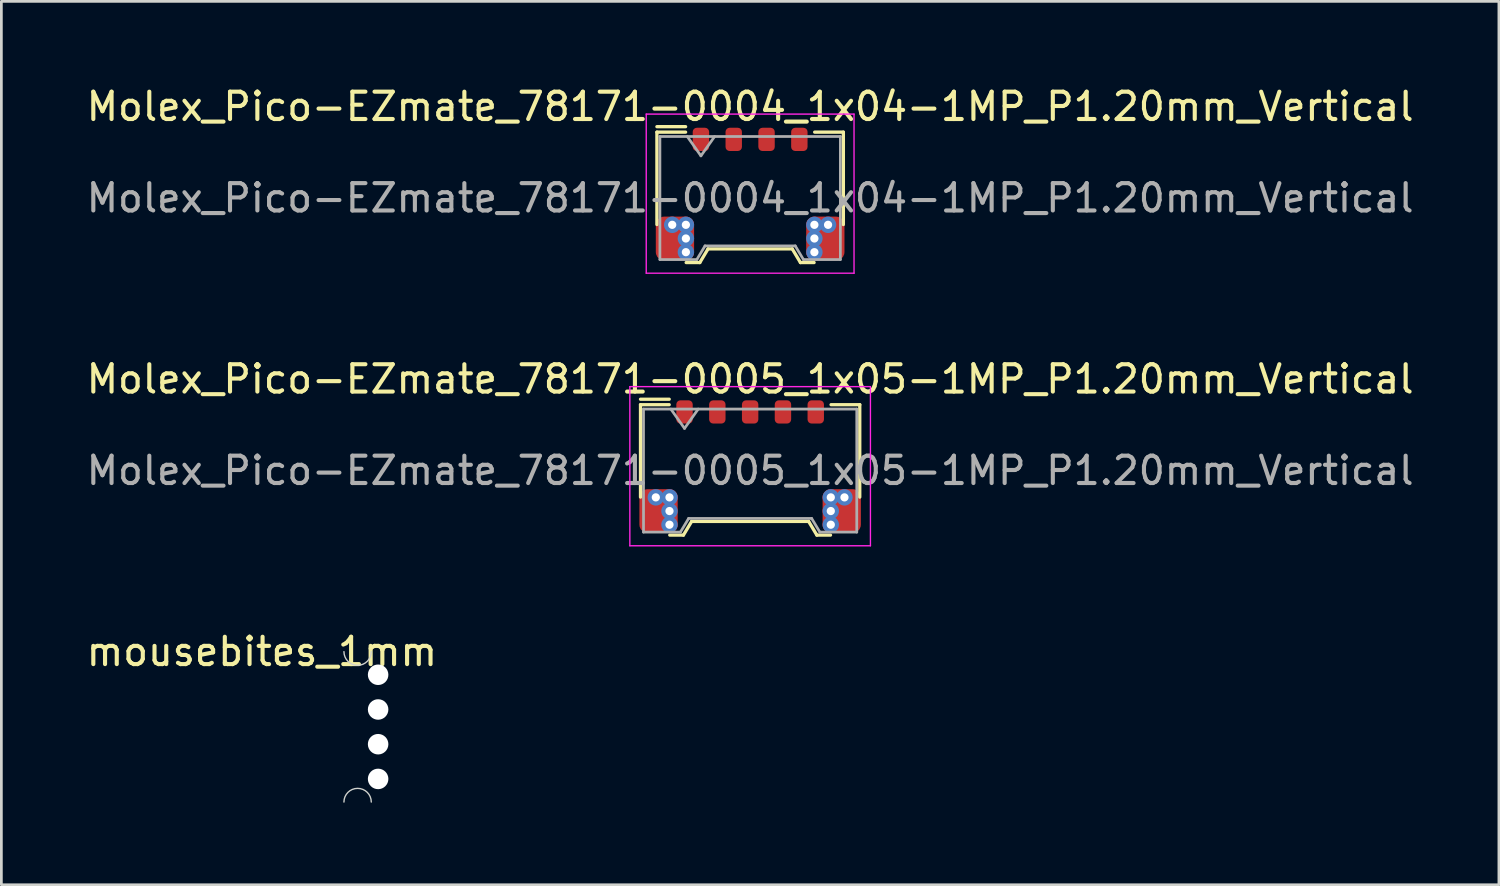
<source format=kicad_pcb>
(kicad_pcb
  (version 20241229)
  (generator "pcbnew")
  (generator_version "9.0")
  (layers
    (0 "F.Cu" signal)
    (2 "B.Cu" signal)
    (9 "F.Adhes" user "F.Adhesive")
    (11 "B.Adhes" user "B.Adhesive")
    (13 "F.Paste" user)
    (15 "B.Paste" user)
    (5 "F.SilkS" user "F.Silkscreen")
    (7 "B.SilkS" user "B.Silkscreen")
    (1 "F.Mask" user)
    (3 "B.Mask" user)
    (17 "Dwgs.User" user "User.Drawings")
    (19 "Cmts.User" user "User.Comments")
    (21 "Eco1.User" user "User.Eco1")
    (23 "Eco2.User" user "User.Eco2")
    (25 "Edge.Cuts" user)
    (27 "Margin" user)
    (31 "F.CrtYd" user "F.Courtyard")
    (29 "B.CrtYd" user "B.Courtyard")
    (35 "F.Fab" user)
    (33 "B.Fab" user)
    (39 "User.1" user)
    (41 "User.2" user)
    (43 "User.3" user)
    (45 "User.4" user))
  (footprint "mousebites_1mm"
    (layer "F.Cu")
    (at 10.53 23.535)
    (property "Reference" "mousebites_1mm" (at -4 -2.75 0) (layer "F.SilkS") (effects (font (size 1 1) (thickness 0.15))))
    (attr exclude_from_pos_files exclude_from_bom)
    (fp_arc (start -1 2.75) (mid -0.5 2.25) (end 0 2.75) (stroke (width 0.05) (type solid)) (layer "Edge.Cuts"))
    (fp_arc (start 0 -2.75) (mid -0.5 -2.25) (end -1 -2.75) (stroke (width 0.05) (type solid)) (layer "Edge.Cuts"))
    (pad "" np_thru_hole circle (at 0.25 -1.905) (size 0.75 0.75) (drill 0.75) (layers "*.Cu" "*.Mask"))
    (pad "" np_thru_hole circle (at 0.25 -0.635) (size 0.75 0.75) (drill 0.75) (layers "*.Cu" "*.Mask"))
    (pad "" np_thru_hole circle (at 0.25 0.635) (size 0.75 0.75) (drill 0.75) (layers "*.Cu" "*.Mask"))
    (pad "" np_thru_hole circle (at 0.25 1.905) (size 0.75 0.75) (drill 0.75) (layers "*.Cu" "*.Mask")))
  (footprint "Molex_Pico-EZmate_78171-0004_1x04-1MP_P1.20mm_Vertical"
    (layer "F.Cu")
    (at 24.387 3.923)
    (property "Reference" "Molex_Pico-EZmate_78171-0004_1x04-1MP_P1.20mm_Vertical" (at 0 -3.075 0) (layer "F.SilkS") (effects (font (size 1 1) (thickness 0.15))))
    (attr smd)
    (fp_line (start -3.41 -2.14) (end -2.36 -2.14) (stroke (width 0.12) (type solid)) (layer "F.SilkS"))
    (fp_line (start -3.41 1.24) (end -3.41 -2.14) (stroke (width 0.12) (type solid)) (layer "F.SilkS"))
    (fp_line (start -2.36 -2.34) (end -3.41 -2.34) (stroke (width 0.12) (type default)) (layer "F.SilkS"))
    (fp_line (start -2.34 2.63) (end -1.84 2.63) (stroke (width 0.12) (type solid)) (layer "F.SilkS"))
    (fp_line (start -1.84 2.63) (end -1.54 2.13) (stroke (width 0.12) (type solid)) (layer "F.SilkS"))
    (fp_line (start -1.54 2.13) (end 1.54 2.13) (stroke (width 0.12) (type solid)) (layer "F.SilkS"))
    (fp_line (start 1.54 2.13) (end 1.84 2.63) (stroke (width 0.12) (type solid)) (layer "F.SilkS"))
    (fp_line (start 1.84 2.63) (end 2.34 2.63) (stroke (width 0.12) (type solid)) (layer "F.SilkS"))
    (fp_line (start 3.41 -2.14) (end 2.36 -2.14) (stroke (width 0.12) (type solid)) (layer "F.SilkS"))
    (fp_line (start 3.41 1.24) (end 3.41 -2.14) (stroke (width 0.12) (type solid)) (layer "F.SilkS"))
    (fp_line (start -3.8 -2.8) (end -3.8 3.02) (stroke (width 0.05) (type solid)) (layer "F.CrtYd"))
    (fp_line (start -3.8 3.02) (end 3.8 3.02) (stroke (width 0.05) (type solid)) (layer "F.CrtYd"))
    (fp_line (start 3.8 -2.8) (end -3.8 -2.8) (stroke (width 0.05) (type solid)) (layer "F.CrtYd"))
    (fp_line (start 3.8 3.02) (end 3.8 -2.8) (stroke (width 0.05) (type solid)) (layer "F.CrtYd"))
    (fp_line (start -3.3 -1.98) (end -3.3 2.52) (stroke (width 0.1) (type solid)) (layer "F.Fab"))
    (fp_line (start -3.3 -1.98) (end 3.3 -1.98) (stroke (width 0.1) (type solid)) (layer "F.Fab"))
    (fp_line (start -3.3 2.52) (end -1.95 2.52) (stroke (width 0.1) (type solid)) (layer "F.Fab"))
    (fp_line (start -2.3 -1.98) (end -1.8 -1.273) (stroke (width 0.1) (type solid)) (layer "F.Fab"))
    (fp_line (start -1.95 2.52) (end -1.65 2.02) (stroke (width 0.1) (type solid)) (layer "F.Fab"))
    (fp_line (start -1.8 -1.273) (end -1.3 -1.98) (stroke (width 0.1) (type solid)) (layer "F.Fab"))
    (fp_line (start -1.65 2.02) (end 1.65 2.02) (stroke (width 0.1) (type solid)) (layer "F.Fab"))
    (fp_line (start 1.65 2.02) (end 1.95 2.52) (stroke (width 0.1) (type solid)) (layer "F.Fab"))
    (fp_line (start 1.95 2.52) (end 3.3 2.52) (stroke (width 0.1) (type solid)) (layer "F.Fab"))
    (fp_line (start 3.3 -1.98) (end 3.3 2.52) (stroke (width 0.1) (type solid)) (layer "F.Fab"))
    (fp_text user "${REFERENCE}" (at 0 0.27 0) (layer "F.Fab") (effects (font (size 1 1) (thickness 0.15))))
    (pad "1" smd roundrect (at -1.8 -1.875) (size 0.6 0.85) (layers "F.Cu" "F.Mask" "F.Paste") (roundrect_rratio 0.25))
    (pad "2" smd roundrect (at -0.6 -1.875) (size 0.6 0.85) (layers "F.Cu" "F.Mask" "F.Paste") (roundrect_rratio 0.25))
    (pad "3" smd roundrect (at 0.6 -1.875) (size 0.6 0.85) (layers "F.Cu" "F.Mask" "F.Paste") (roundrect_rratio 0.25))
    (pad "4" smd roundrect (at 1.8 -1.875) (size 0.6 0.85) (layers "F.Cu" "F.Mask" "F.Paste") (roundrect_rratio 0.25))
    (pad "MP" smd roundrect (at -2.95 1.9) (size 0.7 0.8) (layers "F.Cu" "F.Mask" "F.Paste") (roundrect_rratio 0.25))
    (pad "MP" thru_hole circle (at -2.85 1.25) (size 0.6 0.6) (drill 0.3) (layers "*.Cu"))
    (pad "MP" thru_hole circle (at -2.35 1.25) (size 0.6 0.6) (drill 0.3) (layers "*.Cu"))
    (pad "MP" thru_hole circle (at -2.35 1.75) (size 0.6 0.6) (drill 0.3) (layers "*.Cu"))
    (pad "MP" thru_hole circle (at -2.35 2.25) (size 0.6 0.6) (drill 0.3) (layers "*.Cu"))
    (pad "MP" thru_hole circle (at 2.35 1.25) (size 0.6 0.6) (drill 0.3) (layers "*.Cu"))
    (pad "MP" thru_hole circle (at 2.35 1.75) (size 0.6 0.6) (drill 0.3) (layers "*.Cu"))
    (pad "MP" thru_hole circle (at 2.35 2.25) (size 0.6 0.6) (drill 0.3) (layers "*.Cu"))
    (pad "MP" thru_hole circle (at 2.85 1.25) (size 0.6 0.6) (drill 0.3) (layers "*.Cu"))
    (pad "MP" smd roundrect (at 2.95 1.9) (size 0.7 0.8) (layers "F.Cu" "F.Mask" "F.Paste") (roundrect_rratio 0.25))
    (pad "MP0" smd roundrect (at -2.75 1.75) (size 1.4 1.6) (layers "F.Cu") (roundrect_rratio 0.214))
    (pad "MP0" smd roundrect (at 2.75 1.75) (size 1.4 1.6) (layers "F.Cu") (roundrect_rratio 0.214)))
  (footprint "Molex_Pico-EZmate_78171-0005_1x05-1MP_P1.20mm_Vertical"
    (layer "F.Cu")
    (at 24.387 13.892)
    (property "Reference" "Molex_Pico-EZmate_78171-0005_1x05-1MP_P1.20mm_Vertical" (at 0 -3.075 0) (layer "F.SilkS") (effects (font (size 1 1) (thickness 0.15))))
    (attr smd)
    (fp_line (start -4.01 -2.14) (end -2.96 -2.14) (stroke (width 0.12) (type solid)) (layer "F.SilkS"))
    (fp_line (start -4.01 1.24) (end -4.01 -2.14) (stroke (width 0.12) (type solid)) (layer "F.SilkS"))
    (fp_line (start -2.96 -2.34) (end -4.01 -2.34) (stroke (width 0.12) (type default)) (layer "F.SilkS"))
    (fp_line (start -2.94 2.63) (end -2.44 2.63) (stroke (width 0.12) (type solid)) (layer "F.SilkS"))
    (fp_line (start -2.44 2.63) (end -2.14 2.13) (stroke (width 0.12) (type solid)) (layer "F.SilkS"))
    (fp_line (start -2.14 2.13) (end 2.14 2.13) (stroke (width 0.12) (type solid)) (layer "F.SilkS"))
    (fp_line (start 2.14 2.13) (end 2.44 2.63) (stroke (width 0.12) (type solid)) (layer "F.SilkS"))
    (fp_line (start 2.44 2.63) (end 2.94 2.63) (stroke (width 0.12) (type solid)) (layer "F.SilkS"))
    (fp_line (start 4.01 -2.14) (end 2.96 -2.14) (stroke (width 0.12) (type solid)) (layer "F.SilkS"))
    (fp_line (start 4.01 1.24) (end 4.01 -2.14) (stroke (width 0.12) (type solid)) (layer "F.SilkS"))
    (fp_line (start -4.4 -2.8) (end -4.4 3.02) (stroke (width 0.05) (type solid)) (layer "F.CrtYd"))
    (fp_line (start -4.4 3.02) (end 4.4 3.02) (stroke (width 0.05) (type solid)) (layer "F.CrtYd"))
    (fp_line (start 4.4 -2.8) (end -4.4 -2.8) (stroke (width 0.05) (type solid)) (layer "F.CrtYd"))
    (fp_line (start 4.4 3.02) (end 4.4 -2.8) (stroke (width 0.05) (type solid)) (layer "F.CrtYd"))
    (fp_line (start -3.9 -1.98) (end -3.9 2.52) (stroke (width 0.1) (type solid)) (layer "F.Fab"))
    (fp_line (start -3.9 -1.98) (end 3.9 -1.98) (stroke (width 0.1) (type solid)) (layer "F.Fab"))
    (fp_line (start -3.9 2.52) (end -2.55 2.52) (stroke (width 0.1) (type solid)) (layer "F.Fab"))
    (fp_line (start -2.9 -1.98) (end -2.4 -1.273) (stroke (width 0.1) (type solid)) (layer "F.Fab"))
    (fp_line (start -2.55 2.52) (end -2.25 2.02) (stroke (width 0.1) (type solid)) (layer "F.Fab"))
    (fp_line (start -2.4 -1.273) (end -1.9 -1.98) (stroke (width 0.1) (type solid)) (layer "F.Fab"))
    (fp_line (start -2.25 2.02) (end 2.25 2.02) (stroke (width 0.1) (type solid)) (layer "F.Fab"))
    (fp_line (start 2.25 2.02) (end 2.55 2.52) (stroke (width 0.1) (type solid)) (layer "F.Fab"))
    (fp_line (start 2.55 2.52) (end 3.9 2.52) (stroke (width 0.1) (type solid)) (layer "F.Fab"))
    (fp_line (start 3.9 -1.98) (end 3.9 2.52) (stroke (width 0.1) (type solid)) (layer "F.Fab"))
    (fp_text user "${REFERENCE}" (at 0 0.27 0) (layer "F.Fab") (effects (font (size 1 1) (thickness 0.15))))
    (pad "1" smd roundrect (at -2.4 -1.875) (size 0.6 0.85) (layers "F.Cu" "F.Mask" "F.Paste") (roundrect_rratio 0.25))
    (pad "2" smd roundrect (at -1.2 -1.875) (size 0.6 0.85) (layers "F.Cu" "F.Mask" "F.Paste") (roundrect_rratio 0.25))
    (pad "3" smd roundrect (at 0 -1.875) (size 0.6 0.85) (layers "F.Cu" "F.Mask" "F.Paste") (roundrect_rratio 0.25))
    (pad "4" smd roundrect (at 1.2 -1.875) (size 0.6 0.85) (layers "F.Cu" "F.Mask" "F.Paste") (roundrect_rratio 0.25))
    (pad "5" smd roundrect (at 2.4 -1.875) (size 0.6 0.85) (layers "F.Cu" "F.Mask" "F.Paste") (roundrect_rratio 0.25))
    (pad "MP" smd roundrect (at -3.55 1.9) (size 0.7 0.8) (layers "F.Cu" "F.Mask" "F.Paste") (roundrect_rratio 0.25))
    (pad "MP" thru_hole circle (at -3.45 1.25) (size 0.6 0.6) (drill 0.3) (layers "*.Cu"))
    (pad "MP" thru_hole circle (at -2.95 1.25) (size 0.6 0.6) (drill 0.3) (layers "*.Cu"))
    (pad "MP" thru_hole circle (at -2.95 1.75) (size 0.6 0.6) (drill 0.3) (layers "*.Cu"))
    (pad "MP" thru_hole circle (at -2.95 2.25) (size 0.6 0.6) (drill 0.3) (layers "*.Cu"))
    (pad "MP" thru_hole circle (at 2.95 1.25) (size 0.6 0.6) (drill 0.3) (layers "*.Cu"))
    (pad "MP" thru_hole circle (at 2.95 1.75) (size 0.6 0.6) (drill 0.3) (layers "*.Cu"))
    (pad "MP" thru_hole circle (at 2.95 2.25) (size 0.6 0.6) (drill 0.3) (layers "*.Cu"))
    (pad "MP" thru_hole circle (at 3.45 1.25) (size 0.6 0.6) (drill 0.3) (layers "*.Cu"))
    (pad "MP" smd roundrect (at 3.55 1.9) (size 0.7 0.8) (layers "F.Cu" "F.Mask" "F.Paste") (roundrect_rratio 0.25))
    (pad "MP0" smd roundrect (at -3.35 1.75) (size 1.4 1.6) (layers "F.Cu") (roundrect_rratio 0.214))
    (pad "MP0" smd roundrect (at 3.35 1.75) (size 1.4 1.6) (layers "F.Cu") (roundrect_rratio 0.214)))
  (gr_rect
    (start -3 -3)
    (end 51.774 29.31)
    (stroke (width 0.1) (type default))
    (fill no)
    (layer "Edge.Cuts")))
</source>
